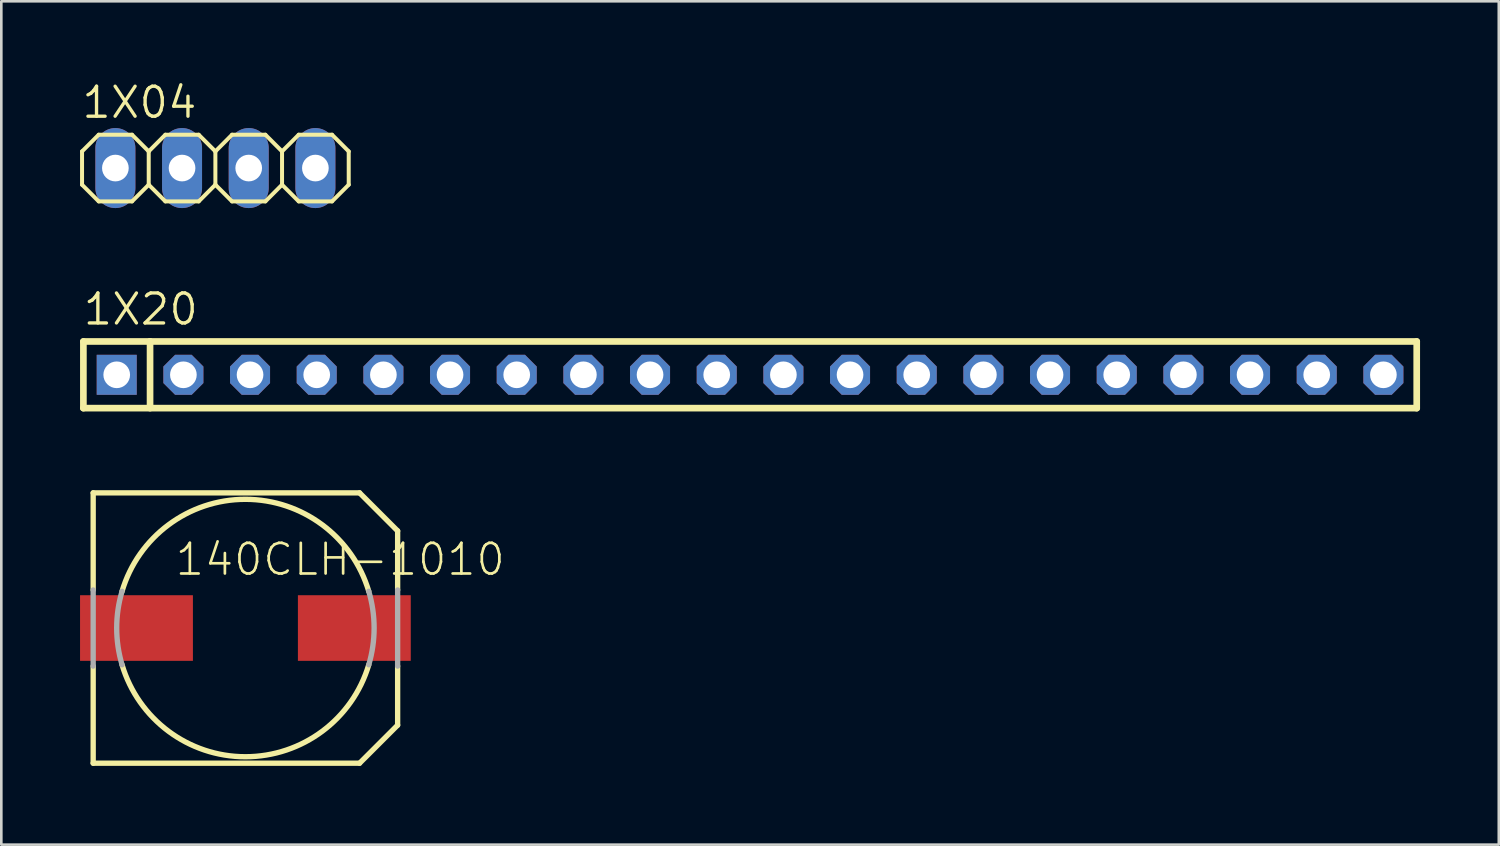
<source format=kicad_pcb>
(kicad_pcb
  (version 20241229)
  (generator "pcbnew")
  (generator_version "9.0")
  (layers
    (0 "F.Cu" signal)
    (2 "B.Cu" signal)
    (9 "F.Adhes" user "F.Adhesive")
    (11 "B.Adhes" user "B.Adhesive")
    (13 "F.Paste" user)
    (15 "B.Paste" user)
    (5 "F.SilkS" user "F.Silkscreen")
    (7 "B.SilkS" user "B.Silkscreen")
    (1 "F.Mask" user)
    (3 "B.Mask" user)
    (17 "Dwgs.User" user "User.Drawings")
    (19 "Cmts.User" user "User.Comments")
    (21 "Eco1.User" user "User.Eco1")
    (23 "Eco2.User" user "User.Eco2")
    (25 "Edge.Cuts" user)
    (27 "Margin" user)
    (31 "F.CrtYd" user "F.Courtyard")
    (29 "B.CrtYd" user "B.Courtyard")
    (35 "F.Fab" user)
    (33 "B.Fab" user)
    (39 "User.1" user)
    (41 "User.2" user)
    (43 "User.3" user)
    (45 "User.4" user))
  (footprint "1X04"
    (layer "F.Cu")
    (at 5.156 3.353)
    (property "Reference" "1X04" (at -5.156 -1.829 0) (layer "F.SilkS") (effects (font (size 1.143 1.143) (thickness 0.127)) (justify left bottom)))
    (fp_line (start -5.08 -0.635) (end -5.08 0.635) (stroke (width 0.152) (type solid)) (layer "F.SilkS"))
    (fp_line (start -5.08 0.635) (end -4.445 1.27) (stroke (width 0.152) (type solid)) (layer "F.SilkS"))
    (fp_line (start -4.445 -1.27) (end -5.08 -0.635) (stroke (width 0.152) (type solid)) (layer "F.SilkS"))
    (fp_line (start -4.445 -1.27) (end -3.175 -1.27) (stroke (width 0.152) (type solid)) (layer "F.SilkS"))
    (fp_line (start -3.175 -1.27) (end -2.54 -0.635) (stroke (width 0.152) (type solid)) (layer "F.SilkS"))
    (fp_line (start -3.175 1.27) (end -4.445 1.27) (stroke (width 0.152) (type solid)) (layer "F.SilkS"))
    (fp_line (start -2.54 -0.635) (end -2.54 0.635) (stroke (width 0.152) (type solid)) (layer "F.SilkS"))
    (fp_line (start -2.54 -0.635) (end -1.905 -1.27) (stroke (width 0.152) (type solid)) (layer "F.SilkS"))
    (fp_line (start -2.54 0.635) (end -3.175 1.27) (stroke (width 0.152) (type solid)) (layer "F.SilkS"))
    (fp_line (start -1.905 -1.27) (end -0.635 -1.27) (stroke (width 0.152) (type solid)) (layer "F.SilkS"))
    (fp_line (start -1.905 1.27) (end -2.54 0.635) (stroke (width 0.152) (type solid)) (layer "F.SilkS"))
    (fp_line (start -0.635 -1.27) (end 0 -0.635) (stroke (width 0.152) (type solid)) (layer "F.SilkS"))
    (fp_line (start -0.635 1.27) (end -1.905 1.27) (stroke (width 0.152) (type solid)) (layer "F.SilkS"))
    (fp_line (start 0 -0.635) (end 0 0.635) (stroke (width 0.152) (type solid)) (layer "F.SilkS"))
    (fp_line (start 0 -0.635) (end 0.635 -1.27) (stroke (width 0.152) (type solid)) (layer "F.SilkS"))
    (fp_line (start 0 0.635) (end -0.635 1.27) (stroke (width 0.152) (type solid)) (layer "F.SilkS"))
    (fp_line (start 0.635 -1.27) (end 1.905 -1.27) (stroke (width 0.152) (type solid)) (layer "F.SilkS"))
    (fp_line (start 0.635 1.27) (end 0 0.635) (stroke (width 0.152) (type solid)) (layer "F.SilkS"))
    (fp_line (start 1.905 -1.27) (end 2.54 -0.635) (stroke (width 0.152) (type solid)) (layer "F.SilkS"))
    (fp_line (start 1.905 1.27) (end 0.635 1.27) (stroke (width 0.152) (type solid)) (layer "F.SilkS"))
    (fp_line (start 2.54 -0.635) (end 2.54 0.635) (stroke (width 0.152) (type solid)) (layer "F.SilkS"))
    (fp_line (start 2.54 0.635) (end 1.905 1.27) (stroke (width 0.152) (type solid)) (layer "F.SilkS"))
    (fp_line (start 2.54 0.635) (end 3.175 1.27) (stroke (width 0.152) (type solid)) (layer "F.SilkS"))
    (fp_line (start 3.175 -1.27) (end 2.54 -0.635) (stroke (width 0.152) (type solid)) (layer "F.SilkS"))
    (fp_line (start 3.175 -1.27) (end 4.445 -1.27) (stroke (width 0.152) (type solid)) (layer "F.SilkS"))
    (fp_line (start 4.445 -1.27) (end 5.08 -0.635) (stroke (width 0.152) (type solid)) (layer "F.SilkS"))
    (fp_line (start 4.445 1.27) (end 3.175 1.27) (stroke (width 0.152) (type solid)) (layer "F.SilkS"))
    (fp_line (start 5.08 -0.635) (end 5.08 0.635) (stroke (width 0.152) (type solid)) (layer "F.SilkS"))
    (fp_line (start 5.08 0.635) (end 4.445 1.27) (stroke (width 0.152) (type solid)) (layer "F.SilkS"))
    (fp_poly (pts (xy -4.064 0.254) (xy -3.556 0.254) (xy -3.556 -0.254) (xy -4.064 -0.254)) (stroke (width 0.1) (type solid)) (fill no) (layer "F.Fab"))
    (fp_poly (pts (xy -1.524 0.254) (xy -1.016 0.254) (xy -1.016 -0.254) (xy -1.524 -0.254)) (stroke (width 0.1) (type solid)) (fill no) (layer "F.Fab"))
    (fp_poly (pts (xy 1.016 0.254) (xy 1.524 0.254) (xy 1.524 -0.254) (xy 1.016 -0.254)) (stroke (width 0.1) (type solid)) (fill no) (layer "F.Fab"))
    (fp_poly (pts (xy 3.556 0.254) (xy 4.064 0.254) (xy 4.064 -0.254) (xy 3.556 -0.254)) (stroke (width 0.1) (type solid)) (fill no) (layer "F.Fab"))
    (pad "1" thru_hole oval (at -3.81 0 90) (size 3.048 1.524) (drill 1.016) (layers "*.Cu" "*.Mask"))
    (pad "2" thru_hole oval (at -1.27 0 90) (size 3.048 1.524) (drill 1.016) (layers "*.Cu" "*.Mask"))
    (pad "3" thru_hole oval (at 1.27 0 90) (size 3.048 1.524) (drill 1.016) (layers "*.Cu" "*.Mask"))
    (pad "4" thru_hole oval (at 3.81 0 90) (size 3.048 1.524) (drill 1.016) (layers "*.Cu" "*.Mask")))
  (footprint "140CLH-1010"
    (layer "F.Cu")
    (at 6.3 20.878)
    (property "Reference" "140CLH-1010" (at -2.74 -1.93 0) (layer "F.SilkS") (effects (font (size 1.168 1.168) (thickness 0.102)) (justify left bottom)))
    (fp_line (start -5.8 -5.15) (end 4.35 -5.15) (stroke (width 0.203) (type solid)) (layer "F.SilkS"))
    (fp_line (start -5.8 -1.45) (end -5.8 -5.15) (stroke (width 0.203) (type solid)) (layer "F.SilkS"))
    (fp_line (start -5.8 5.15) (end -5.8 1.45) (stroke (width 0.203) (type solid)) (layer "F.SilkS"))
    (fp_line (start 4.35 5.15) (end -5.8 5.15) (stroke (width 0.203) (type solid)) (layer "F.SilkS"))
    (fp_line (start 5.8 -3.7) (end 4.35 -5.15) (stroke (width 0.203) (type solid)) (layer "F.SilkS"))
    (fp_line (start 5.8 -3.7) (end 5.8 -1.45) (stroke (width 0.203) (type solid)) (layer "F.SilkS"))
    (fp_line (start 5.8 1.45) (end 5.8 3.7) (stroke (width 0.203) (type solid)) (layer "F.SilkS"))
    (fp_line (start 5.8 3.7) (end 4.35 5.15) (stroke (width 0.203) (type solid)) (layer "F.SilkS"))
    (fp_arc (start -4.7 -1.4) (mid 0 -4.90408) (end 4.7 -1.4) (stroke (width 0.2032) (type solid)) (layer "F.SilkS"))
    (fp_arc (start 4.7 1.4) (mid 0 4.90408) (end -4.7 1.4) (stroke (width 0.2032) (type solid)) (layer "F.SilkS"))
    (fp_line (start -5.8 1.45) (end -5.8 -1.45) (stroke (width 0.203) (type solid)) (layer "F.Fab"))
    (fp_line (start 5.8 -1.45) (end 5.8 1.45) (stroke (width 0.203) (type solid)) (layer "F.Fab"))
    (fp_arc (start -4.7 1.4) (mid -4.90408 0) (end -4.7 -1.4) (stroke (width 0.2032) (type solid)) (layer "F.Fab"))
    (fp_arc (start 4.7 -1.4) (mid 4.90408 0) (end 4.7 1.4) (stroke (width 0.2032) (type solid)) (layer "F.Fab"))
    (pad "+" smd rect (at 4.15 0) (size 4.3 2.5) (layers "F.Cu" "F.Mask" "F.Paste"))
    (pad "-" smd rect (at -4.15 0) (size 4.3 2.5) (layers "F.Cu" "F.Mask" "F.Paste")))
  (footprint "1X20"
    (layer "F.Cu")
    (at 25.527 11.23)
    (property "Reference" "1X20" (at -25.476 -1.829 0) (layer "F.SilkS") (effects (font (size 1.143 1.143) (thickness 0.127)) (justify left bottom)))
    (fp_line (start -25.4 -1.27) (end -25.4 1.27) (stroke (width 0.254) (type solid)) (layer "F.SilkS"))
    (fp_line (start -25.4 -1.27) (end -22.86 -1.27) (stroke (width 0.254) (type solid)) (layer "F.SilkS"))
    (fp_line (start -22.86 -1.27) (end -22.86 1.27) (stroke (width 0.254) (type solid)) (layer "F.SilkS"))
    (fp_line (start -22.86 -1.27) (end 25.4 -1.27) (stroke (width 0.254) (type solid)) (layer "F.SilkS"))
    (fp_line (start 25.4 -1.27) (end 25.4 1.27) (stroke (width 0.254) (type solid)) (layer "F.SilkS"))
    (fp_line (start 25.4 1.27) (end -25.4 1.27) (stroke (width 0.254) (type solid)) (layer "F.SilkS"))
    (fp_poly (pts (xy -24.384 0.254) (xy -23.876 0.254) (xy -23.876 -0.254) (xy -24.384 -0.254)) (stroke (width 0.1) (type solid)) (fill no) (layer "F.Fab"))
    (fp_poly (pts (xy -21.844 0.254) (xy -21.336 0.254) (xy -21.336 -0.254) (xy -21.844 -0.254)) (stroke (width 0.1) (type solid)) (fill no) (layer "F.Fab"))
    (fp_poly (pts (xy -19.304 0.254) (xy -18.796 0.254) (xy -18.796 -0.254) (xy -19.304 -0.254)) (stroke (width 0.1) (type solid)) (fill no) (layer "F.Fab"))
    (fp_poly (pts (xy -16.764 0.254) (xy -16.256 0.254) (xy -16.256 -0.254) (xy -16.764 -0.254)) (stroke (width 0.1) (type solid)) (fill no) (layer "F.Fab"))
    (fp_poly (pts (xy -14.224 0.254) (xy -13.716 0.254) (xy -13.716 -0.254) (xy -14.224 -0.254)) (stroke (width 0.1) (type solid)) (fill no) (layer "F.Fab"))
    (fp_poly (pts (xy -11.684 0.254) (xy -11.176 0.254) (xy -11.176 -0.254) (xy -11.684 -0.254)) (stroke (width 0.1) (type solid)) (fill no) (layer "F.Fab"))
    (fp_poly (pts (xy -9.144 0.254) (xy -8.636 0.254) (xy -8.636 -0.254) (xy -9.144 -0.254)) (stroke (width 0.1) (type solid)) (fill no) (layer "F.Fab"))
    (fp_poly (pts (xy -6.604 0.254) (xy -6.096 0.254) (xy -6.096 -0.254) (xy -6.604 -0.254)) (stroke (width 0.1) (type solid)) (fill no) (layer "F.Fab"))
    (fp_poly (pts (xy -4.064 0.254) (xy -3.556 0.254) (xy -3.556 -0.254) (xy -4.064 -0.254)) (stroke (width 0.1) (type solid)) (fill no) (layer "F.Fab"))
    (fp_poly (pts (xy -1.524 0.254) (xy -1.016 0.254) (xy -1.016 -0.254) (xy -1.524 -0.254)) (stroke (width 0.1) (type solid)) (fill no) (layer "F.Fab"))
    (fp_poly (pts (xy 1.016 0.254) (xy 1.524 0.254) (xy 1.524 -0.254) (xy 1.016 -0.254)) (stroke (width 0.1) (type solid)) (fill no) (layer "F.Fab"))
    (fp_poly (pts (xy 3.556 0.254) (xy 4.064 0.254) (xy 4.064 -0.254) (xy 3.556 -0.254)) (stroke (width 0.1) (type solid)) (fill no) (layer "F.Fab"))
    (fp_poly (pts (xy 6.096 0.254) (xy 6.604 0.254) (xy 6.604 -0.254) (xy 6.096 -0.254)) (stroke (width 0.1) (type solid)) (fill no) (layer "F.Fab"))
    (fp_poly (pts (xy 8.636 0.254) (xy 9.144 0.254) (xy 9.144 -0.254) (xy 8.636 -0.254)) (stroke (width 0.1) (type solid)) (fill no) (layer "F.Fab"))
    (fp_poly (pts (xy 11.176 0.254) (xy 11.684 0.254) (xy 11.684 -0.254) (xy 11.176 -0.254)) (stroke (width 0.1) (type solid)) (fill no) (layer "F.Fab"))
    (fp_poly (pts (xy 13.716 0.254) (xy 14.224 0.254) (xy 14.224 -0.254) (xy 13.716 -0.254)) (stroke (width 0.1) (type solid)) (fill no) (layer "F.Fab"))
    (fp_poly (pts (xy 16.256 0.254) (xy 16.764 0.254) (xy 16.764 -0.254) (xy 16.256 -0.254)) (stroke (width 0.1) (type solid)) (fill no) (layer "F.Fab"))
    (fp_poly (pts (xy 18.796 0.254) (xy 19.304 0.254) (xy 19.304 -0.254) (xy 18.796 -0.254)) (stroke (width 0.1) (type solid)) (fill no) (layer "F.Fab"))
    (fp_poly (pts (xy 21.336 0.254) (xy 21.844 0.254) (xy 21.844 -0.254) (xy 21.336 -0.254)) (stroke (width 0.1) (type solid)) (fill no) (layer "F.Fab"))
    (fp_poly (pts (xy 23.876 0.254) (xy 24.384 0.254) (xy 24.384 -0.254) (xy 23.876 -0.254)) (stroke (width 0.1) (type solid)) (fill no) (layer "F.Fab"))
    (pad "1" thru_hole rect (at -24.13 0 90) (size 1.524 1.524) (drill 1.016) (layers "*.Cu" "*.Mask"))
    (pad "2" thru_hole roundrect (at -21.59 0 90) (size 1.524 1.524) (drill 1.016) (layers "*.Cu" "*.Mask") (roundrect_rratio 0.25) (chamfer_ratio 0.293) (chamfer top_left top_right bottom_left bottom_right))
    (pad "3" thru_hole roundrect (at -19.05 0 90) (size 1.524 1.524) (drill 1.016) (layers "*.Cu" "*.Mask") (roundrect_rratio 0.25) (chamfer_ratio 0.293) (chamfer top_left top_right bottom_left bottom_right))
    (pad "4" thru_hole roundrect (at -16.51 0 90) (size 1.524 1.524) (drill 1.016) (layers "*.Cu" "*.Mask") (roundrect_rratio 0.25) (chamfer_ratio 0.293) (chamfer top_left top_right bottom_left bottom_right))
    (pad "5" thru_hole roundrect (at -13.97 0 90) (size 1.524 1.524) (drill 1.016) (layers "*.Cu" "*.Mask") (roundrect_rratio 0.25) (chamfer_ratio 0.293) (chamfer top_left top_right bottom_left bottom_right))
    (pad "6" thru_hole roundrect (at -11.43 0 90) (size 1.524 1.524) (drill 1.016) (layers "*.Cu" "*.Mask") (roundrect_rratio 0.25) (chamfer_ratio 0.293) (chamfer top_left top_right bottom_left bottom_right))
    (pad "7" thru_hole roundrect (at -8.89 0 90) (size 1.524 1.524) (drill 1.016) (layers "*.Cu" "*.Mask") (roundrect_rratio 0.25) (chamfer_ratio 0.293) (chamfer top_left top_right bottom_left bottom_right))
    (pad "8" thru_hole roundrect (at -6.35 0 90) (size 1.524 1.524) (drill 1.016) (layers "*.Cu" "*.Mask") (roundrect_rratio 0.25) (chamfer_ratio 0.293) (chamfer top_left top_right bottom_left bottom_right))
    (pad "9" thru_hole roundrect (at -3.81 0 90) (size 1.524 1.524) (drill 1.016) (layers "*.Cu" "*.Mask") (roundrect_rratio 0.25) (chamfer_ratio 0.293) (chamfer top_left top_right bottom_left bottom_right))
    (pad "10" thru_hole roundrect (at -1.27 0 90) (size 1.524 1.524) (drill 1.016) (layers "*.Cu" "*.Mask") (roundrect_rratio 0.25) (chamfer_ratio 0.293) (chamfer top_left top_right bottom_left bottom_right))
    (pad "11" thru_hole roundrect (at 1.27 0 90) (size 1.524 1.524) (drill 1.016) (layers "*.Cu" "*.Mask") (roundrect_rratio 0.25) (chamfer_ratio 0.293) (chamfer top_left top_right bottom_left bottom_right))
    (pad "12" thru_hole roundrect (at 3.81 0 90) (size 1.524 1.524) (drill 1.016) (layers "*.Cu" "*.Mask") (roundrect_rratio 0.25) (chamfer_ratio 0.293) (chamfer top_left top_right bottom_left bottom_right))
    (pad "13" thru_hole roundrect (at 6.35 0 90) (size 1.524 1.524) (drill 1.016) (layers "*.Cu" "*.Mask") (roundrect_rratio 0.25) (chamfer_ratio 0.293) (chamfer top_left top_right bottom_left bottom_right))
    (pad "14" thru_hole roundrect (at 8.89 0 90) (size 1.524 1.524) (drill 1.016) (layers "*.Cu" "*.Mask") (roundrect_rratio 0.25) (chamfer_ratio 0.293) (chamfer top_left top_right bottom_left bottom_right))
    (pad "15" thru_hole roundrect (at 11.43 0 90) (size 1.524 1.524) (drill 1.016) (layers "*.Cu" "*.Mask") (roundrect_rratio 0.25) (chamfer_ratio 0.293) (chamfer top_left top_right bottom_left bottom_right))
    (pad "16" thru_hole roundrect (at 13.97 0 90) (size 1.524 1.524) (drill 1.016) (layers "*.Cu" "*.Mask") (roundrect_rratio 0.25) (chamfer_ratio 0.293) (chamfer top_left top_right bottom_left bottom_right))
    (pad "17" thru_hole roundrect (at 16.51 0 90) (size 1.524 1.524) (drill 1.016) (layers "*.Cu" "*.Mask") (roundrect_rratio 0.25) (chamfer_ratio 0.293) (chamfer top_left top_right bottom_left bottom_right))
    (pad "18" thru_hole roundrect (at 19.05 0 90) (size 1.524 1.524) (drill 1.016) (layers "*.Cu" "*.Mask") (roundrect_rratio 0.25) (chamfer_ratio 0.293) (chamfer top_left top_right bottom_left bottom_right))
    (pad "19" thru_hole roundrect (at 21.59 0 90) (size 1.524 1.524) (drill 1.016) (layers "*.Cu" "*.Mask") (roundrect_rratio 0.25) (chamfer_ratio 0.293) (chamfer top_left top_right bottom_left bottom_right))
    (pad "20" thru_hole roundrect (at 24.13 0 90) (size 1.524 1.524) (drill 1.016) (layers "*.Cu" "*.Mask") (roundrect_rratio 0.25) (chamfer_ratio 0.293) (chamfer top_left top_right bottom_left bottom_right)))
  (gr_rect
    (start -3 -3)
    (end 54.054 29.13)
    (stroke (width 0.1) (type default))
    (fill no)
    (layer "Edge.Cuts")))
</source>
